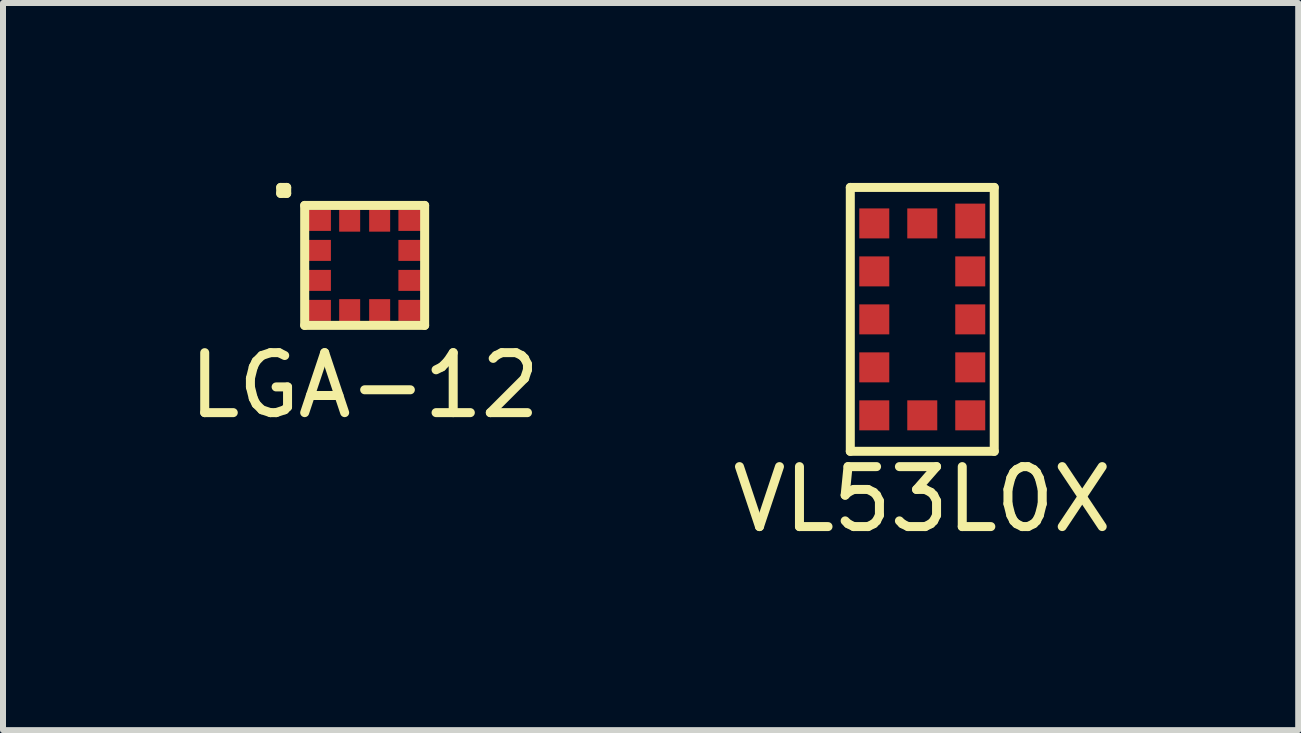
<source format=kicad_pcb>
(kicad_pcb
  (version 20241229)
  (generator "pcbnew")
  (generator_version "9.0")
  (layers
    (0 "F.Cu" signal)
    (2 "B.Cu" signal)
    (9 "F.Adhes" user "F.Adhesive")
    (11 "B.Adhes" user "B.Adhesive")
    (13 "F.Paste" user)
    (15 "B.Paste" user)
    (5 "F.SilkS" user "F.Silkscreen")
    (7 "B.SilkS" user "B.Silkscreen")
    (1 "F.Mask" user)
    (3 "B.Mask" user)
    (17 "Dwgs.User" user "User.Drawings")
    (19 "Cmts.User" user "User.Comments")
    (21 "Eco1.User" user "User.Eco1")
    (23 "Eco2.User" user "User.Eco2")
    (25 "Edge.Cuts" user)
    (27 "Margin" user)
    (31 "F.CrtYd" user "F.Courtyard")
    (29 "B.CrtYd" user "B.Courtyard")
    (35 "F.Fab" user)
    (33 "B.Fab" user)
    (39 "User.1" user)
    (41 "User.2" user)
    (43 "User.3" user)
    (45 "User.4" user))
  (footprint "LGA-12"
    (layer "F.Cu")
    (at 3.03 1.375)
    (property "Reference" "LGA-12" (at 0 2 0) (layer "F.SilkS") (effects (font (size 1 1) (thickness 0.15))))
    (attr through_hole)
    (fp_line (start -1.4 -1.3) (end -1.4 -1.2) (stroke (width 0.15) (type solid)) (layer "F.SilkS"))
    (fp_line (start -1.4 -1.2) (end -1.3 -1.2) (stroke (width 0.15) (type solid)) (layer "F.SilkS"))
    (fp_line (start -1.3 -1.3) (end -1.4 -1.3) (stroke (width 0.15) (type solid)) (layer "F.SilkS"))
    (fp_line (start -1.3 -1.2) (end -1.3 -1.3) (stroke (width 0.15) (type solid)) (layer "F.SilkS"))
    (fp_line (start -1 -1) (end 1 -1) (stroke (width 0.15) (type solid)) (layer "F.SilkS"))
    (fp_line (start -1 1) (end -1 -1) (stroke (width 0.15) (type solid)) (layer "F.SilkS"))
    (fp_line (start 1 -1) (end 1 1) (stroke (width 0.15) (type solid)) (layer "F.SilkS"))
    (fp_line (start 1 1) (end -1 1) (stroke (width 0.15) (type solid)) (layer "F.SilkS"))
    (pad "1" smd rect (at -0.75 -0.75) (size 0.375 0.35) (layers "F.Cu" "F.Mask" "F.Paste"))
    (pad "2" smd rect (at -0.75 -0.25) (size 0.375 0.35) (layers "F.Cu" "F.Mask" "F.Paste"))
    (pad "3" smd rect (at -0.75 0.25) (size 0.375 0.35) (layers "F.Cu" "F.Mask" "F.Paste"))
    (pad "4" smd rect (at -0.75 0.75) (size 0.375 0.35) (layers "F.Cu" "F.Mask" "F.Paste"))
    (pad "5" smd rect (at -0.25 0.75) (size 0.35 0.375) (layers "F.Cu" "F.Mask" "F.Paste"))
    (pad "6" smd rect (at 0.25 0.75) (size 0.35 0.375) (layers "F.Cu" "F.Mask" "F.Paste"))
    (pad "7" smd rect (at 0.75 0.75) (size 0.375 0.35) (layers "F.Cu" "F.Mask" "F.Paste"))
    (pad "8" smd rect (at 0.75 0.25) (size 0.375 0.35) (layers "F.Cu" "F.Mask" "F.Paste"))
    (pad "9" smd rect (at 0.75 -0.25) (size 0.375 0.35) (layers "F.Cu" "F.Mask" "F.Paste"))
    (pad "10" smd rect (at 0.75 -0.75) (size 0.375 0.35) (layers "F.Cu" "F.Mask" "F.Paste"))
    (pad "11" smd rect (at 0.25 -0.75) (size 0.35 0.375) (layers "F.Cu" "F.Mask" "F.Paste"))
    (pad "12" smd rect (at -0.25 -0.75) (size 0.35 0.375) (layers "F.Cu" "F.Mask" "F.Paste")))
  (footprint "VL53L0X"
    (layer "F.Cu")
    (at 12.327 2.275)
    (property "Reference" "VL53L0X" (at 0 3 0) (layer "F.SilkS") (effects (font (size 1 1) (thickness 0.15))))
    (attr through_hole)
    (fp_line (start -1.2 -2.2) (end 1.2 -2.2) (stroke (width 0.15) (type solid)) (layer "F.SilkS"))
    (fp_line (start -1.2 2.2) (end -1.2 -2.2) (stroke (width 0.15) (type solid)) (layer "F.SilkS"))
    (fp_line (start 1.2 -2.2) (end 1.2 2.2) (stroke (width 0.15) (type solid)) (layer "F.SilkS"))
    (fp_line (start 1.2 2.2) (end -1.2 2.2) (stroke (width 0.15) (type solid)) (layer "F.SilkS"))
    (pad "1" smd rect (at 0.8 -1.64) (size 0.5 0.58) (layers "F.Cu" "F.Mask" "F.Paste"))
    (pad "2" smd rect (at 0.8 -0.8) (size 0.5 0.5) (layers "F.Cu" "F.Mask" "F.Paste"))
    (pad "3" smd rect (at 0.8 0) (size 0.5 0.5) (layers "F.Cu" "F.Mask" "F.Paste"))
    (pad "4" smd rect (at 0.8 0.8) (size 0.5 0.5) (layers "F.Cu" "F.Mask" "F.Paste"))
    (pad "5" smd rect (at 0.8 1.6) (size 0.5 0.5) (layers "F.Cu" "F.Mask" "F.Paste"))
    (pad "6" smd rect (at 0 1.6) (size 0.5 0.5) (layers "F.Cu" "F.Mask" "F.Paste"))
    (pad "7" smd rect (at -0.8 1.6) (size 0.5 0.5) (layers "F.Cu" "F.Mask" "F.Paste"))
    (pad "8" smd rect (at -0.8 0.8) (size 0.5 0.5) (layers "F.Cu" "F.Mask" "F.Paste"))
    (pad "9" smd rect (at -0.8 0) (size 0.5 0.5) (layers "F.Cu" "F.Mask" "F.Paste"))
    (pad "10" smd rect (at -0.8 -0.8) (size 0.5 0.5) (layers "F.Cu" "F.Mask" "F.Paste"))
    (pad "11" smd rect (at -0.8 -1.6) (size 0.5 0.5) (layers "F.Cu" "F.Mask" "F.Paste"))
    (pad "12" smd rect (at 0 -1.6) (size 0.5 0.5) (layers "F.Cu" "F.Mask" "F.Paste")))
  (gr_rect
    (start -3 -3)
    (end 18.595 9.123)
    (stroke (width 0.1) (type default))
    (fill no)
    (layer "Edge.Cuts")))
</source>
